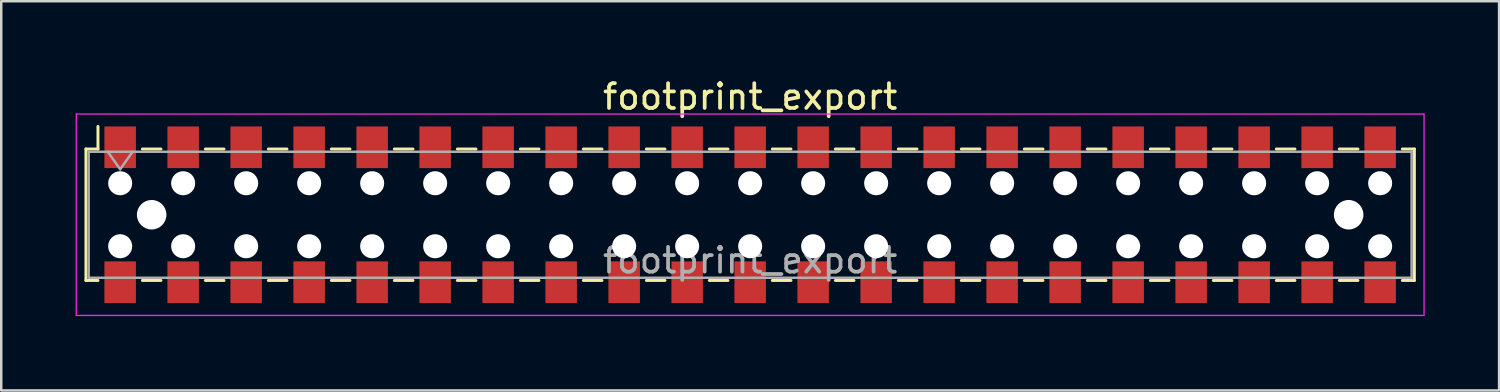
<source format=kicad_pcb>
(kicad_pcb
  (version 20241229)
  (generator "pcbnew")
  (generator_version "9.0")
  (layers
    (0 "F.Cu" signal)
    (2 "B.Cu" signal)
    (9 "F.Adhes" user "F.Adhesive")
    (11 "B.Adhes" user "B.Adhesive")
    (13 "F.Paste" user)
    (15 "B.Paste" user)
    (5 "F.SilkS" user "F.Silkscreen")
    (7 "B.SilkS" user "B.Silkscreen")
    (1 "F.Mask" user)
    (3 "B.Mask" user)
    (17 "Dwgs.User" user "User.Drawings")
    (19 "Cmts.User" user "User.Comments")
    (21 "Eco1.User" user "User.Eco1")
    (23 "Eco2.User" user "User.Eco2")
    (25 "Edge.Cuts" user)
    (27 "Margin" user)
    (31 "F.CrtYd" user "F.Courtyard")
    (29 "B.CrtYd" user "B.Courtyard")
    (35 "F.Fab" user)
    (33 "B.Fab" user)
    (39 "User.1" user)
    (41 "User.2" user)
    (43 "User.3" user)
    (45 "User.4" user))
  (footprint "footprint_export"
    (layer "F.Cu")
    (at 27.195 5.608)
    (property "Reference" "footprint_export" (at 0 -4.76 0) (layer "F.SilkS") (effects (font (size 1 1) (thickness 0.15))))
    (attr smd)
    (fp_line (start -26.78 -2.65) (end -26.78 2.65) (stroke (width 0.12) (type solid)) (layer "F.SilkS"))
    (fp_line (start -26.78 2.65) (end -26.295 2.65) (stroke (width 0.12) (type solid)) (layer "F.SilkS"))
    (fp_line (start -26.295 -3.56) (end -26.295 -2.65) (stroke (width 0.12) (type solid)) (layer "F.SilkS"))
    (fp_line (start -26.295 -2.65) (end -26.78 -2.65) (stroke (width 0.12) (type solid)) (layer "F.SilkS"))
    (fp_line (start -24.505 -2.65) (end -23.755 -2.65) (stroke (width 0.12) (type solid)) (layer "F.SilkS"))
    (fp_line (start -24.505 2.65) (end -23.755 2.65) (stroke (width 0.12) (type solid)) (layer "F.SilkS"))
    (fp_line (start -21.965 -2.65) (end -21.215 -2.65) (stroke (width 0.12) (type solid)) (layer "F.SilkS"))
    (fp_line (start -21.965 2.65) (end -21.215 2.65) (stroke (width 0.12) (type solid)) (layer "F.SilkS"))
    (fp_line (start -19.425 -2.65) (end -18.675 -2.65) (stroke (width 0.12) (type solid)) (layer "F.SilkS"))
    (fp_line (start -19.425 2.65) (end -18.675 2.65) (stroke (width 0.12) (type solid)) (layer "F.SilkS"))
    (fp_line (start -16.885 -2.65) (end -16.135 -2.65) (stroke (width 0.12) (type solid)) (layer "F.SilkS"))
    (fp_line (start -16.885 2.65) (end -16.135 2.65) (stroke (width 0.12) (type solid)) (layer "F.SilkS"))
    (fp_line (start -14.345 -2.65) (end -13.595 -2.65) (stroke (width 0.12) (type solid)) (layer "F.SilkS"))
    (fp_line (start -14.345 2.65) (end -13.595 2.65) (stroke (width 0.12) (type solid)) (layer "F.SilkS"))
    (fp_line (start -11.805 -2.65) (end -11.055 -2.65) (stroke (width 0.12) (type solid)) (layer "F.SilkS"))
    (fp_line (start -11.805 2.65) (end -11.055 2.65) (stroke (width 0.12) (type solid)) (layer "F.SilkS"))
    (fp_line (start -9.265 -2.65) (end -8.515 -2.65) (stroke (width 0.12) (type solid)) (layer "F.SilkS"))
    (fp_line (start -9.265 2.65) (end -8.515 2.65) (stroke (width 0.12) (type solid)) (layer "F.SilkS"))
    (fp_line (start -6.725 -2.65) (end -5.975 -2.65) (stroke (width 0.12) (type solid)) (layer "F.SilkS"))
    (fp_line (start -6.725 2.65) (end -5.975 2.65) (stroke (width 0.12) (type solid)) (layer "F.SilkS"))
    (fp_line (start -4.185 -2.65) (end -3.435 -2.65) (stroke (width 0.12) (type solid)) (layer "F.SilkS"))
    (fp_line (start -4.185 2.65) (end -3.435 2.65) (stroke (width 0.12) (type solid)) (layer "F.SilkS"))
    (fp_line (start -1.645 -2.65) (end -0.895 -2.65) (stroke (width 0.12) (type solid)) (layer "F.SilkS"))
    (fp_line (start -1.645 2.65) (end -0.895 2.65) (stroke (width 0.12) (type solid)) (layer "F.SilkS"))
    (fp_line (start 0.895 -2.65) (end 1.645 -2.65) (stroke (width 0.12) (type solid)) (layer "F.SilkS"))
    (fp_line (start 0.895 2.65) (end 1.645 2.65) (stroke (width 0.12) (type solid)) (layer "F.SilkS"))
    (fp_line (start 3.435 -2.65) (end 4.185 -2.65) (stroke (width 0.12) (type solid)) (layer "F.SilkS"))
    (fp_line (start 3.435 2.65) (end 4.185 2.65) (stroke (width 0.12) (type solid)) (layer "F.SilkS"))
    (fp_line (start 5.975 -2.65) (end 6.725 -2.65) (stroke (width 0.12) (type solid)) (layer "F.SilkS"))
    (fp_line (start 5.975 2.65) (end 6.725 2.65) (stroke (width 0.12) (type solid)) (layer "F.SilkS"))
    (fp_line (start 8.515 -2.65) (end 9.265 -2.65) (stroke (width 0.12) (type solid)) (layer "F.SilkS"))
    (fp_line (start 8.515 2.65) (end 9.265 2.65) (stroke (width 0.12) (type solid)) (layer "F.SilkS"))
    (fp_line (start 11.055 -2.65) (end 11.805 -2.65) (stroke (width 0.12) (type solid)) (layer "F.SilkS"))
    (fp_line (start 11.055 2.65) (end 11.805 2.65) (stroke (width 0.12) (type solid)) (layer "F.SilkS"))
    (fp_line (start 13.595 -2.65) (end 14.345 -2.65) (stroke (width 0.12) (type solid)) (layer "F.SilkS"))
    (fp_line (start 13.595 2.65) (end 14.345 2.65) (stroke (width 0.12) (type solid)) (layer "F.SilkS"))
    (fp_line (start 16.135 -2.65) (end 16.885 -2.65) (stroke (width 0.12) (type solid)) (layer "F.SilkS"))
    (fp_line (start 16.135 2.65) (end 16.885 2.65) (stroke (width 0.12) (type solid)) (layer "F.SilkS"))
    (fp_line (start 18.675 -2.65) (end 19.425 -2.65) (stroke (width 0.12) (type solid)) (layer "F.SilkS"))
    (fp_line (start 18.675 2.65) (end 19.425 2.65) (stroke (width 0.12) (type solid)) (layer "F.SilkS"))
    (fp_line (start 21.215 -2.65) (end 21.965 -2.65) (stroke (width 0.12) (type solid)) (layer "F.SilkS"))
    (fp_line (start 21.215 2.65) (end 21.965 2.65) (stroke (width 0.12) (type solid)) (layer "F.SilkS"))
    (fp_line (start 23.755 -2.65) (end 24.505 -2.65) (stroke (width 0.12) (type solid)) (layer "F.SilkS"))
    (fp_line (start 23.755 2.65) (end 24.505 2.65) (stroke (width 0.12) (type solid)) (layer "F.SilkS"))
    (fp_line (start 26.295 -2.65) (end 26.78 -2.65) (stroke (width 0.12) (type solid)) (layer "F.SilkS"))
    (fp_line (start 26.78 -2.65) (end 26.78 2.65) (stroke (width 0.12) (type solid)) (layer "F.SilkS"))
    (fp_line (start 26.78 2.65) (end 26.295 2.65) (stroke (width 0.12) (type solid)) (layer "F.SilkS"))
    (fp_line (start -27.17 -4.06) (end 27.17 -4.06) (stroke (width 0.05) (type solid)) (layer "F.CrtYd"))
    (fp_line (start -27.17 4.06) (end -27.17 -4.06) (stroke (width 0.05) (type solid)) (layer "F.CrtYd"))
    (fp_line (start 27.17 -4.06) (end 27.17 4.06) (stroke (width 0.05) (type solid)) (layer "F.CrtYd"))
    (fp_line (start 27.17 4.06) (end -27.17 4.06) (stroke (width 0.05) (type solid)) (layer "F.CrtYd"))
    (fp_line (start -26.67 -2.54) (end 26.67 -2.54) (stroke (width 0.1) (type solid)) (layer "F.Fab"))
    (fp_line (start -26.67 2.54) (end -26.67 -2.54) (stroke (width 0.1) (type solid)) (layer "F.Fab"))
    (fp_line (start -25.9 -2.54) (end -25.4 -1.833) (stroke (width 0.1) (type solid)) (layer "F.Fab"))
    (fp_line (start -25.4 -1.833) (end -24.9 -2.54) (stroke (width 0.1) (type solid)) (layer "F.Fab"))
    (fp_line (start 26.67 -2.54) (end 26.67 2.54) (stroke (width 0.1) (type solid)) (layer "F.Fab"))
    (fp_line (start 26.67 2.54) (end -26.67 2.54) (stroke (width 0.1) (type solid)) (layer "F.Fab"))
    (fp_text user "${REFERENCE}" (at 0 1.84 0) (layer "F.Fab") (effects (font (size 1 1) (thickness 0.15))))
    (pad "" np_thru_hole circle (at -25.4 -1.27) (size 0.97 0.97) (drill 0.97) (layers "*.Cu" "*.Mask"))
    (pad "" np_thru_hole circle (at -25.4 1.27) (size 0.97 0.97) (drill 0.97) (layers "*.Cu" "*.Mask"))
    (pad "" np_thru_hole circle (at -24.13 0) (size 1.19 1.19) (drill 1.19) (layers "*.Cu" "*.Mask"))
    (pad "" np_thru_hole circle (at -22.86 -1.27) (size 0.97 0.97) (drill 0.97) (layers "*.Cu" "*.Mask"))
    (pad "" np_thru_hole circle (at -22.86 1.27) (size 0.97 0.97) (drill 0.97) (layers "*.Cu" "*.Mask"))
    (pad "" np_thru_hole circle (at -20.32 -1.27) (size 0.97 0.97) (drill 0.97) (layers "*.Cu" "*.Mask"))
    (pad "" np_thru_hole circle (at -20.32 1.27) (size 0.97 0.97) (drill 0.97) (layers "*.Cu" "*.Mask"))
    (pad "" np_thru_hole circle (at -17.78 -1.27) (size 0.97 0.97) (drill 0.97) (layers "*.Cu" "*.Mask"))
    (pad "" np_thru_hole circle (at -17.78 1.27) (size 0.97 0.97) (drill 0.97) (layers "*.Cu" "*.Mask"))
    (pad "" np_thru_hole circle (at -15.24 -1.27) (size 0.97 0.97) (drill 0.97) (layers "*.Cu" "*.Mask"))
    (pad "" np_thru_hole circle (at -15.24 1.27) (size 0.97 0.97) (drill 0.97) (layers "*.Cu" "*.Mask"))
    (pad "" np_thru_hole circle (at -12.7 -1.27) (size 0.97 0.97) (drill 0.97) (layers "*.Cu" "*.Mask"))
    (pad "" np_thru_hole circle (at -12.7 1.27) (size 0.97 0.97) (drill 0.97) (layers "*.Cu" "*.Mask"))
    (pad "" np_thru_hole circle (at -10.16 -1.27) (size 0.97 0.97) (drill 0.97) (layers "*.Cu" "*.Mask"))
    (pad "" np_thru_hole circle (at -10.16 1.27) (size 0.97 0.97) (drill 0.97) (layers "*.Cu" "*.Mask"))
    (pad "" np_thru_hole circle (at -7.62 -1.27) (size 0.97 0.97) (drill 0.97) (layers "*.Cu" "*.Mask"))
    (pad "" np_thru_hole circle (at -7.62 1.27) (size 0.97 0.97) (drill 0.97) (layers "*.Cu" "*.Mask"))
    (pad "" np_thru_hole circle (at -5.08 -1.27) (size 0.97 0.97) (drill 0.97) (layers "*.Cu" "*.Mask"))
    (pad "" np_thru_hole circle (at -5.08 1.27) (size 0.97 0.97) (drill 0.97) (layers "*.Cu" "*.Mask"))
    (pad "" np_thru_hole circle (at -2.54 -1.27) (size 0.97 0.97) (drill 0.97) (layers "*.Cu" "*.Mask"))
    (pad "" np_thru_hole circle (at -2.54 1.27) (size 0.97 0.97) (drill 0.97) (layers "*.Cu" "*.Mask"))
    (pad "" np_thru_hole circle (at 0 -1.27) (size 0.97 0.97) (drill 0.97) (layers "*.Cu" "*.Mask"))
    (pad "" np_thru_hole circle (at 0 1.27) (size 0.97 0.97) (drill 0.97) (layers "*.Cu" "*.Mask"))
    (pad "" np_thru_hole circle (at 2.54 -1.27) (size 0.97 0.97) (drill 0.97) (layers "*.Cu" "*.Mask"))
    (pad "" np_thru_hole circle (at 2.54 1.27) (size 0.97 0.97) (drill 0.97) (layers "*.Cu" "*.Mask"))
    (pad "" np_thru_hole circle (at 5.08 -1.27) (size 0.97 0.97) (drill 0.97) (layers "*.Cu" "*.Mask"))
    (pad "" np_thru_hole circle (at 5.08 1.27) (size 0.97 0.97) (drill 0.97) (layers "*.Cu" "*.Mask"))
    (pad "" np_thru_hole circle (at 7.62 -1.27) (size 0.97 0.97) (drill 0.97) (layers "*.Cu" "*.Mask"))
    (pad "" np_thru_hole circle (at 7.62 1.27) (size 0.97 0.97) (drill 0.97) (layers "*.Cu" "*.Mask"))
    (pad "" np_thru_hole circle (at 10.16 -1.27) (size 0.97 0.97) (drill 0.97) (layers "*.Cu" "*.Mask"))
    (pad "" np_thru_hole circle (at 10.16 1.27) (size 0.97 0.97) (drill 0.97) (layers "*.Cu" "*.Mask"))
    (pad "" np_thru_hole circle (at 12.7 -1.27) (size 0.97 0.97) (drill 0.97) (layers "*.Cu" "*.Mask"))
    (pad "" np_thru_hole circle (at 12.7 1.27) (size 0.97 0.97) (drill 0.97) (layers "*.Cu" "*.Mask"))
    (pad "" np_thru_hole circle (at 15.24 -1.27) (size 0.97 0.97) (drill 0.97) (layers "*.Cu" "*.Mask"))
    (pad "" np_thru_hole circle (at 15.24 1.27) (size 0.97 0.97) (drill 0.97) (layers "*.Cu" "*.Mask"))
    (pad "" np_thru_hole circle (at 17.78 -1.27) (size 0.97 0.97) (drill 0.97) (layers "*.Cu" "*.Mask"))
    (pad "" np_thru_hole circle (at 17.78 1.27) (size 0.97 0.97) (drill 0.97) (layers "*.Cu" "*.Mask"))
    (pad "" np_thru_hole circle (at 20.32 -1.27) (size 0.97 0.97) (drill 0.97) (layers "*.Cu" "*.Mask"))
    (pad "" np_thru_hole circle (at 20.32 1.27) (size 0.97 0.97) (drill 0.97) (layers "*.Cu" "*.Mask"))
    (pad "" np_thru_hole circle (at 22.86 -1.27) (size 0.97 0.97) (drill 0.97) (layers "*.Cu" "*.Mask"))
    (pad "" np_thru_hole circle (at 22.86 1.27) (size 0.97 0.97) (drill 0.97) (layers "*.Cu" "*.Mask"))
    (pad "" np_thru_hole circle (at 24.13 0) (size 1.19 1.19) (drill 1.19) (layers "*.Cu" "*.Mask"))
    (pad "" np_thru_hole circle (at 25.4 -1.27) (size 0.97 0.97) (drill 0.97) (layers "*.Cu" "*.Mask"))
    (pad "" np_thru_hole circle (at 25.4 1.27) (size 0.97 0.97) (drill 0.97) (layers "*.Cu" "*.Mask"))
    (pad "1" smd rect (at -25.4 -2.72) (size 1.27 1.68) (layers "F.Cu" "F.Mask" "F.Paste"))
    (pad "2" smd rect (at -25.4 2.72) (size 1.27 1.68) (layers "F.Cu" "F.Mask" "F.Paste"))
    (pad "3" smd rect (at -22.86 -2.72) (size 1.27 1.68) (layers "F.Cu" "F.Mask" "F.Paste"))
    (pad "4" smd rect (at -22.86 2.72) (size 1.27 1.68) (layers "F.Cu" "F.Mask" "F.Paste"))
    (pad "5" smd rect (at -20.32 -2.72) (size 1.27 1.68) (layers "F.Cu" "F.Mask" "F.Paste"))
    (pad "6" smd rect (at -20.32 2.72) (size 1.27 1.68) (layers "F.Cu" "F.Mask" "F.Paste"))
    (pad "7" smd rect (at -17.78 -2.72) (size 1.27 1.68) (layers "F.Cu" "F.Mask" "F.Paste"))
    (pad "8" smd rect (at -17.78 2.72) (size 1.27 1.68) (layers "F.Cu" "F.Mask" "F.Paste"))
    (pad "9" smd rect (at -15.24 -2.72) (size 1.27 1.68) (layers "F.Cu" "F.Mask" "F.Paste"))
    (pad "10" smd rect (at -15.24 2.72) (size 1.27 1.68) (layers "F.Cu" "F.Mask" "F.Paste"))
    (pad "11" smd rect (at -12.7 -2.72) (size 1.27 1.68) (layers "F.Cu" "F.Mask" "F.Paste"))
    (pad "12" smd rect (at -12.7 2.72) (size 1.27 1.68) (layers "F.Cu" "F.Mask" "F.Paste"))
    (pad "13" smd rect (at -10.16 -2.72) (size 1.27 1.68) (layers "F.Cu" "F.Mask" "F.Paste"))
    (pad "14" smd rect (at -10.16 2.72) (size 1.27 1.68) (layers "F.Cu" "F.Mask" "F.Paste"))
    (pad "15" smd rect (at -7.62 -2.72) (size 1.27 1.68) (layers "F.Cu" "F.Mask" "F.Paste"))
    (pad "16" smd rect (at -7.62 2.72) (size 1.27 1.68) (layers "F.Cu" "F.Mask" "F.Paste"))
    (pad "17" smd rect (at -5.08 -2.72) (size 1.27 1.68) (layers "F.Cu" "F.Mask" "F.Paste"))
    (pad "18" smd rect (at -5.08 2.72) (size 1.27 1.68) (layers "F.Cu" "F.Mask" "F.Paste"))
    (pad "19" smd rect (at -2.54 -2.72) (size 1.27 1.68) (layers "F.Cu" "F.Mask" "F.Paste"))
    (pad "20" smd rect (at -2.54 2.72) (size 1.27 1.68) (layers "F.Cu" "F.Mask" "F.Paste"))
    (pad "21" smd rect (at 0 -2.72) (size 1.27 1.68) (layers "F.Cu" "F.Mask" "F.Paste"))
    (pad "22" smd rect (at 0 2.72) (size 1.27 1.68) (layers "F.Cu" "F.Mask" "F.Paste"))
    (pad "23" smd rect (at 2.54 -2.72) (size 1.27 1.68) (layers "F.Cu" "F.Mask" "F.Paste"))
    (pad "24" smd rect (at 2.54 2.72) (size 1.27 1.68) (layers "F.Cu" "F.Mask" "F.Paste"))
    (pad "25" smd rect (at 5.08 -2.72) (size 1.27 1.68) (layers "F.Cu" "F.Mask" "F.Paste"))
    (pad "26" smd rect (at 5.08 2.72) (size 1.27 1.68) (layers "F.Cu" "F.Mask" "F.Paste"))
    (pad "27" smd rect (at 7.62 -2.72) (size 1.27 1.68) (layers "F.Cu" "F.Mask" "F.Paste"))
    (pad "28" smd rect (at 7.62 2.72) (size 1.27 1.68) (layers "F.Cu" "F.Mask" "F.Paste"))
    (pad "29" smd rect (at 10.16 -2.72) (size 1.27 1.68) (layers "F.Cu" "F.Mask" "F.Paste"))
    (pad "30" smd rect (at 10.16 2.72) (size 1.27 1.68) (layers "F.Cu" "F.Mask" "F.Paste"))
    (pad "31" smd rect (at 12.7 -2.72) (size 1.27 1.68) (layers "F.Cu" "F.Mask" "F.Paste"))
    (pad "32" smd rect (at 12.7 2.72) (size 1.27 1.68) (layers "F.Cu" "F.Mask" "F.Paste"))
    (pad "33" smd rect (at 15.24 -2.72) (size 1.27 1.68) (layers "F.Cu" "F.Mask" "F.Paste"))
    (pad "34" smd rect (at 15.24 2.72) (size 1.27 1.68) (layers "F.Cu" "F.Mask" "F.Paste"))
    (pad "35" smd rect (at 17.78 -2.72) (size 1.27 1.68) (layers "F.Cu" "F.Mask" "F.Paste"))
    (pad "36" smd rect (at 17.78 2.72) (size 1.27 1.68) (layers "F.Cu" "F.Mask" "F.Paste"))
    (pad "37" smd rect (at 20.32 -2.72) (size 1.27 1.68) (layers "F.Cu" "F.Mask" "F.Paste"))
    (pad "38" smd rect (at 20.32 2.72) (size 1.27 1.68) (layers "F.Cu" "F.Mask" "F.Paste"))
    (pad "39" smd rect (at 22.86 -2.72) (size 1.27 1.68) (layers "F.Cu" "F.Mask" "F.Paste"))
    (pad "40" smd rect (at 22.86 2.72) (size 1.27 1.68) (layers "F.Cu" "F.Mask" "F.Paste"))
    (pad "41" smd rect (at 25.4 -2.72) (size 1.27 1.68) (layers "F.Cu" "F.Mask" "F.Paste"))
    (pad "42" smd rect (at 25.4 2.72) (size 1.27 1.68) (layers "F.Cu" "F.Mask" "F.Paste")))
  (gr_rect
    (start -3 -3)
    (end 57.39 12.693)
    (stroke (width 0.1) (type default))
    (fill no)
    (layer "Edge.Cuts")))
</source>
